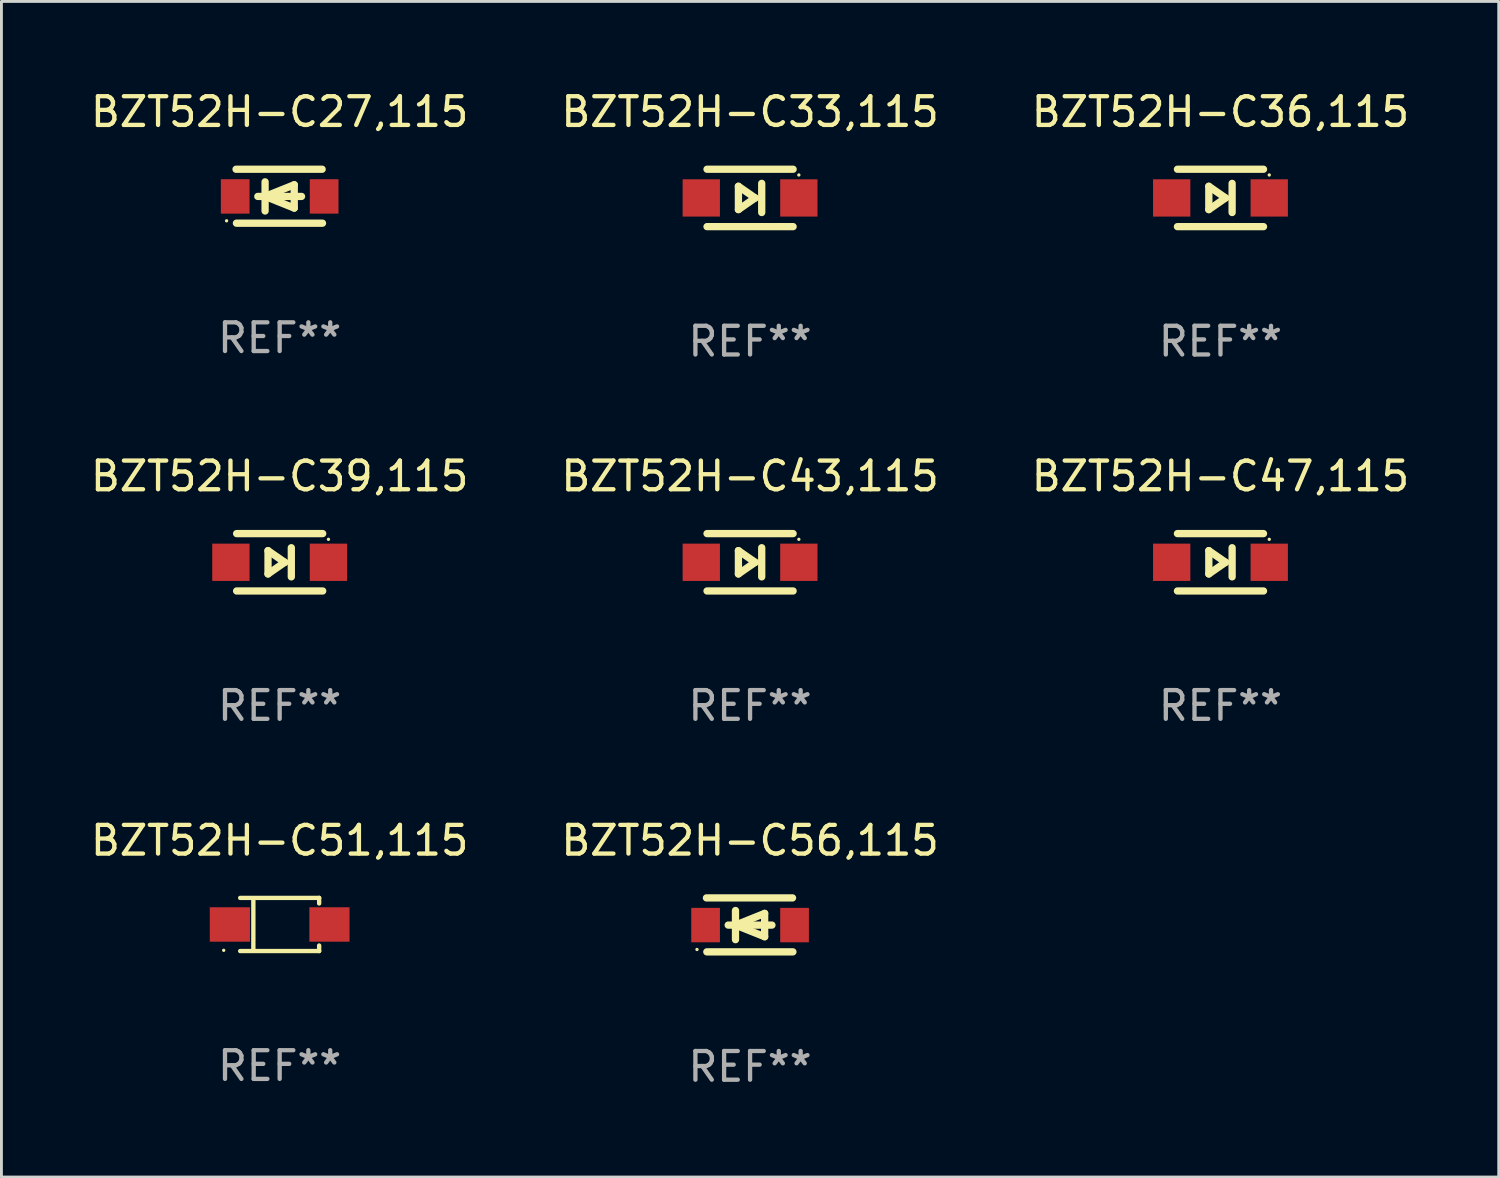
<source format=kicad_pcb>
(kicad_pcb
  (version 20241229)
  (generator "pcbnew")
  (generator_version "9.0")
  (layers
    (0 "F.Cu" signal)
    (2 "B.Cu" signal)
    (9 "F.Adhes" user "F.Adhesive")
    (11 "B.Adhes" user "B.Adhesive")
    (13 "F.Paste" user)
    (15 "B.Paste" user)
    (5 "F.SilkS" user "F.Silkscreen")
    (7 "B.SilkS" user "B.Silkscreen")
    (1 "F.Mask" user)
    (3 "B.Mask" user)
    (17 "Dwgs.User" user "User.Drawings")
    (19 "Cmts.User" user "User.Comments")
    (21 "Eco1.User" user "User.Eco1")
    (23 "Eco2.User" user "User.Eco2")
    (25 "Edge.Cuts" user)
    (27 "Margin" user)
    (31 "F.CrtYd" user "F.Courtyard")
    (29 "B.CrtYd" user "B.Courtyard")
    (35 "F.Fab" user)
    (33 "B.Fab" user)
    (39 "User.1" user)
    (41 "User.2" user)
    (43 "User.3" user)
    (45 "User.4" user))
  (footprint "BZT52H-C51,115"
    (layer "F.Cu")
    (at 6.696 29.167)
    (property "Reference" "BZT52H-C51,115" (at 0 -2.926 0) (layer "F.SilkS") (effects (font (size 1 1) (thickness 0.15))))
    (attr through_hole)
    (fp_line (start -1.376 -0.926) (end 1.376 -0.926) (stroke (width 0.152) (type solid)) (layer "F.SilkS"))
    (fp_line (start -1.376 0.926) (end 1.376 0.926) (stroke (width 0.152) (type solid)) (layer "F.SilkS"))
    (fp_line (start -0.917 -0.876) (end -0.917 0.876) (stroke (width 0.152) (type solid)) (layer "F.SilkS"))
    (fp_line (start 1.376 -0.926) (end 1.376 -0.733) (stroke (width 0.152) (type solid)) (layer "F.SilkS"))
    (fp_line (start 1.376 0.926) (end 1.376 0.733) (stroke (width 0.152) (type solid)) (layer "F.SilkS"))
    (fp_circle (center -1.95 0.9) (end -1.92 0.9) (stroke (width 0.06) (type solid)) (fill no) (layer "F.SilkS"))
    (fp_text user "REF**" (at 0 4.926 0) (layer "F.Fab") (effects (font (size 1 1) (thickness 0.15))))
    (pad "1" smd rect (at -1.735 0) (size 1.4 1.2) (layers "F.Cu" "F.Mask" "F.Paste"))
    (pad "2" smd rect (at 1.735 0) (size 1.4 1.2) (layers "F.Cu" "F.Mask" "F.Paste")))
  (footprint "BZT52H-C47,115"
    (layer "F.Cu")
    (at 39.482 16.545)
    (property "Reference" "BZT52H-C47,115" (at 0 -3 0) (layer "F.SilkS") (effects (font (size 1 1) (thickness 0.15))))
    (attr through_hole)
    (fp_line (start -1.5 -1) (end 1.5 -1) (stroke (width 0.254) (type solid)) (layer "F.SilkS"))
    (fp_line (start -0.406 -0.406) (end 0.178 0) (stroke (width 0.254) (type solid)) (layer "F.SilkS"))
    (fp_line (start -0.406 0.406) (end -0.406 -0.406) (stroke (width 0.254) (type solid)) (layer "F.SilkS"))
    (fp_line (start 0.178 0) (end -0.406 0.406) (stroke (width 0.254) (type solid)) (layer "F.SilkS"))
    (fp_line (start 0.406 0.508) (end 0.406 -0.508) (stroke (width 0.254) (type solid)) (layer "F.SilkS"))
    (fp_line (start 1.5 1) (end -1.5 1) (stroke (width 0.254) (type solid)) (layer "F.SilkS"))
    (fp_circle (center 1.7 -0.8) (end 1.73 -0.8) (stroke (width 0.06) (type solid)) (fill no) (layer "F.SilkS"))
    (fp_text user "REF**" (at 0 5 0) (layer "F.Fab") (effects (font (size 1 1) (thickness 0.15))))
    (pad "1" smd rect (at 1.7 0 180) (size 1.3 1.3) (layers "F.Cu" "F.Mask" "F.Paste"))
    (pad "2" smd rect (at -1.7 0 180) (size 1.3 1.3) (layers "F.Cu" "F.Mask" "F.Paste")))
  (footprint "BZT52H-C36,115"
    (layer "F.Cu")
    (at 39.482 3.848)
    (property "Reference" "BZT52H-C36,115" (at 0 -3 0) (layer "F.SilkS") (effects (font (size 1 1) (thickness 0.15))))
    (attr through_hole)
    (fp_line (start -1.5 -1) (end 1.5 -1) (stroke (width 0.254) (type solid)) (layer "F.SilkS"))
    (fp_line (start -0.406 -0.406) (end 0.178 0) (stroke (width 0.254) (type solid)) (layer "F.SilkS"))
    (fp_line (start -0.406 0.406) (end -0.406 -0.406) (stroke (width 0.254) (type solid)) (layer "F.SilkS"))
    (fp_line (start 0.178 0) (end -0.406 0.406) (stroke (width 0.254) (type solid)) (layer "F.SilkS"))
    (fp_line (start 0.406 0.508) (end 0.406 -0.508) (stroke (width 0.254) (type solid)) (layer "F.SilkS"))
    (fp_line (start 1.5 1) (end -1.5 1) (stroke (width 0.254) (type solid)) (layer "F.SilkS"))
    (fp_circle (center 1.7 -0.8) (end 1.73 -0.8) (stroke (width 0.06) (type solid)) (fill no) (layer "F.SilkS"))
    (fp_text user "REF**" (at 0 5 0) (layer "F.Fab") (effects (font (size 1 1) (thickness 0.15))))
    (pad "1" smd rect (at 1.7 0 180) (size 1.3 1.3) (layers "F.Cu" "F.Mask" "F.Paste"))
    (pad "2" smd rect (at -1.7 0 180) (size 1.3 1.3) (layers "F.Cu" "F.Mask" "F.Paste")))
  (footprint "BZT52H-C43,115"
    (layer "F.Cu")
    (at 23.089 16.545)
    (property "Reference" "BZT52H-C43,115" (at 0 -3 0) (layer "F.SilkS") (effects (font (size 1 1) (thickness 0.15))))
    (attr through_hole)
    (fp_line (start -1.5 -1) (end 1.5 -1) (stroke (width 0.254) (type solid)) (layer "F.SilkS"))
    (fp_line (start -0.406 -0.406) (end 0.178 0) (stroke (width 0.254) (type solid)) (layer "F.SilkS"))
    (fp_line (start -0.406 0.406) (end -0.406 -0.406) (stroke (width 0.254) (type solid)) (layer "F.SilkS"))
    (fp_line (start 0.178 0) (end -0.406 0.406) (stroke (width 0.254) (type solid)) (layer "F.SilkS"))
    (fp_line (start 0.406 0.508) (end 0.406 -0.508) (stroke (width 0.254) (type solid)) (layer "F.SilkS"))
    (fp_line (start 1.5 1) (end -1.5 1) (stroke (width 0.254) (type solid)) (layer "F.SilkS"))
    (fp_circle (center 1.7 -0.8) (end 1.73 -0.8) (stroke (width 0.06) (type solid)) (fill no) (layer "F.SilkS"))
    (fp_text user "REF**" (at 0 5 0) (layer "F.Fab") (effects (font (size 1 1) (thickness 0.15))))
    (pad "1" smd rect (at 1.7 0 180) (size 1.3 1.3) (layers "F.Cu" "F.Mask" "F.Paste"))
    (pad "2" smd rect (at -1.7 0 180) (size 1.3 1.3) (layers "F.Cu" "F.Mask" "F.Paste")))
  (footprint "BZT52H-C27,115"
    (layer "F.Cu")
    (at 6.696 3.788)
    (property "Reference" "BZT52H-C27,115" (at 0 -2.94 0) (layer "F.SilkS") (effects (font (size 1 1) (thickness 0.15))))
    (attr through_hole)
    (fp_line (start -1.52 -0.94) (end 1.48 -0.94) (stroke (width 0.254) (type solid)) (layer "F.SilkS"))
    (fp_line (start -1.507 0.94) (end 1.493 0.94) (stroke (width 0.254) (type solid)) (layer "F.SilkS"))
    (fp_line (start -0.762 0.007) (end 0.762 0.007) (stroke (width 0.254) (type solid)) (layer "F.SilkS"))
    (fp_line (start -0.508 -0.501) (end -0.508 0.515) (stroke (width 0.254) (type solid)) (layer "F.SilkS"))
    (fp_line (start -0.508 0.007) (end 0.508 -0.4) (stroke (width 0.254) (type solid)) (layer "F.SilkS"))
    (fp_line (start 0.508 -0.4) (end 0.508 0.413) (stroke (width 0.254) (type solid)) (layer "F.SilkS"))
    (fp_line (start 0.508 0.413) (end -0.508 0.007) (stroke (width 0.254) (type solid)) (layer "F.SilkS"))
    (fp_circle (center -1.85 0.857) (end -1.82 0.857) (stroke (width 0.06) (type solid)) (fill no) (layer "F.SilkS"))
    (fp_text user "REF**" (at 0 4.94 0) (layer "F.Fab") (effects (font (size 1 1) (thickness 0.15))))
    (pad "1" smd rect (at -1.55 0.007) (size 1 1.2) (layers "F.Cu" "F.Mask" "F.Paste"))
    (pad "2" smd rect (at 1.55 0.007) (size 1 1.2) (layers "F.Cu" "F.Mask" "F.Paste")))
  (footprint "BZT52H-C56,115"
    (layer "F.Cu")
    (at 23.089 29.181)
    (property "Reference" "BZT52H-C56,115" (at 0 -2.94 0) (layer "F.SilkS") (effects (font (size 1 1) (thickness 0.15))))
    (attr through_hole)
    (fp_line (start -1.52 -0.94) (end 1.48 -0.94) (stroke (width 0.254) (type solid)) (layer "F.SilkS"))
    (fp_line (start -1.507 0.94) (end 1.493 0.94) (stroke (width 0.254) (type solid)) (layer "F.SilkS"))
    (fp_line (start -0.762 0.007) (end 0.762 0.007) (stroke (width 0.254) (type solid)) (layer "F.SilkS"))
    (fp_line (start -0.508 -0.501) (end -0.508 0.515) (stroke (width 0.254) (type solid)) (layer "F.SilkS"))
    (fp_line (start -0.508 0.007) (end 0.508 -0.4) (stroke (width 0.254) (type solid)) (layer "F.SilkS"))
    (fp_line (start 0.508 -0.4) (end 0.508 0.413) (stroke (width 0.254) (type solid)) (layer "F.SilkS"))
    (fp_line (start 0.508 0.413) (end -0.508 0.007) (stroke (width 0.254) (type solid)) (layer "F.SilkS"))
    (fp_circle (center -1.85 0.857) (end -1.82 0.857) (stroke (width 0.06) (type solid)) (fill no) (layer "F.SilkS"))
    (fp_text user "REF**" (at 0 4.94 0) (layer "F.Fab") (effects (font (size 1 1) (thickness 0.15))))
    (pad "1" smd rect (at -1.55 0.007) (size 1 1.2) (layers "F.Cu" "F.Mask" "F.Paste"))
    (pad "2" smd rect (at 1.55 0.007) (size 1 1.2) (layers "F.Cu" "F.Mask" "F.Paste")))
  (footprint "BZT52H-C39,115"
    (layer "F.Cu")
    (at 6.696 16.545)
    (property "Reference" "BZT52H-C39,115" (at 0 -3 0) (layer "F.SilkS") (effects (font (size 1 1) (thickness 0.15))))
    (attr through_hole)
    (fp_line (start -1.5 -1) (end 1.5 -1) (stroke (width 0.254) (type solid)) (layer "F.SilkS"))
    (fp_line (start -0.406 -0.406) (end 0.178 0) (stroke (width 0.254) (type solid)) (layer "F.SilkS"))
    (fp_line (start -0.406 0.406) (end -0.406 -0.406) (stroke (width 0.254) (type solid)) (layer "F.SilkS"))
    (fp_line (start 0.178 0) (end -0.406 0.406) (stroke (width 0.254) (type solid)) (layer "F.SilkS"))
    (fp_line (start 0.406 0.508) (end 0.406 -0.508) (stroke (width 0.254) (type solid)) (layer "F.SilkS"))
    (fp_line (start 1.5 1) (end -1.5 1) (stroke (width 0.254) (type solid)) (layer "F.SilkS"))
    (fp_circle (center 1.7 -0.8) (end 1.73 -0.8) (stroke (width 0.06) (type solid)) (fill no) (layer "F.SilkS"))
    (fp_text user "REF**" (at 0 5 0) (layer "F.Fab") (effects (font (size 1 1) (thickness 0.15))))
    (pad "1" smd rect (at 1.7 0 180) (size 1.3 1.3) (layers "F.Cu" "F.Mask" "F.Paste"))
    (pad "2" smd rect (at -1.7 0 180) (size 1.3 1.3) (layers "F.Cu" "F.Mask" "F.Paste")))
  (footprint "BZT52H-C33,115"
    (layer "F.Cu")
    (at 23.089 3.848)
    (property "Reference" "BZT52H-C33,115" (at 0 -3 0) (layer "F.SilkS") (effects (font (size 1 1) (thickness 0.15))))
    (attr through_hole)
    (fp_line (start -1.5 -1) (end 1.5 -1) (stroke (width 0.254) (type solid)) (layer "F.SilkS"))
    (fp_line (start -0.406 -0.406) (end 0.178 0) (stroke (width 0.254) (type solid)) (layer "F.SilkS"))
    (fp_line (start -0.406 0.406) (end -0.406 -0.406) (stroke (width 0.254) (type solid)) (layer "F.SilkS"))
    (fp_line (start 0.178 0) (end -0.406 0.406) (stroke (width 0.254) (type solid)) (layer "F.SilkS"))
    (fp_line (start 0.406 0.508) (end 0.406 -0.508) (stroke (width 0.254) (type solid)) (layer "F.SilkS"))
    (fp_line (start 1.5 1) (end -1.5 1) (stroke (width 0.254) (type solid)) (layer "F.SilkS"))
    (fp_circle (center 1.7 -0.8) (end 1.73 -0.8) (stroke (width 0.06) (type solid)) (fill no) (layer "F.SilkS"))
    (fp_text user "REF**" (at 0 5 0) (layer "F.Fab") (effects (font (size 1 1) (thickness 0.15))))
    (pad "1" smd rect (at 1.7 0 180) (size 1.3 1.3) (layers "F.Cu" "F.Mask" "F.Paste"))
    (pad "2" smd rect (at -1.7 0 180) (size 1.3 1.3) (layers "F.Cu" "F.Mask" "F.Paste")))
  (gr_rect
    (start -3 -3)
    (end 49.179 37.969)
    (stroke (width 0.1) (type default))
    (fill no)
    (layer "Edge.Cuts")))
</source>
